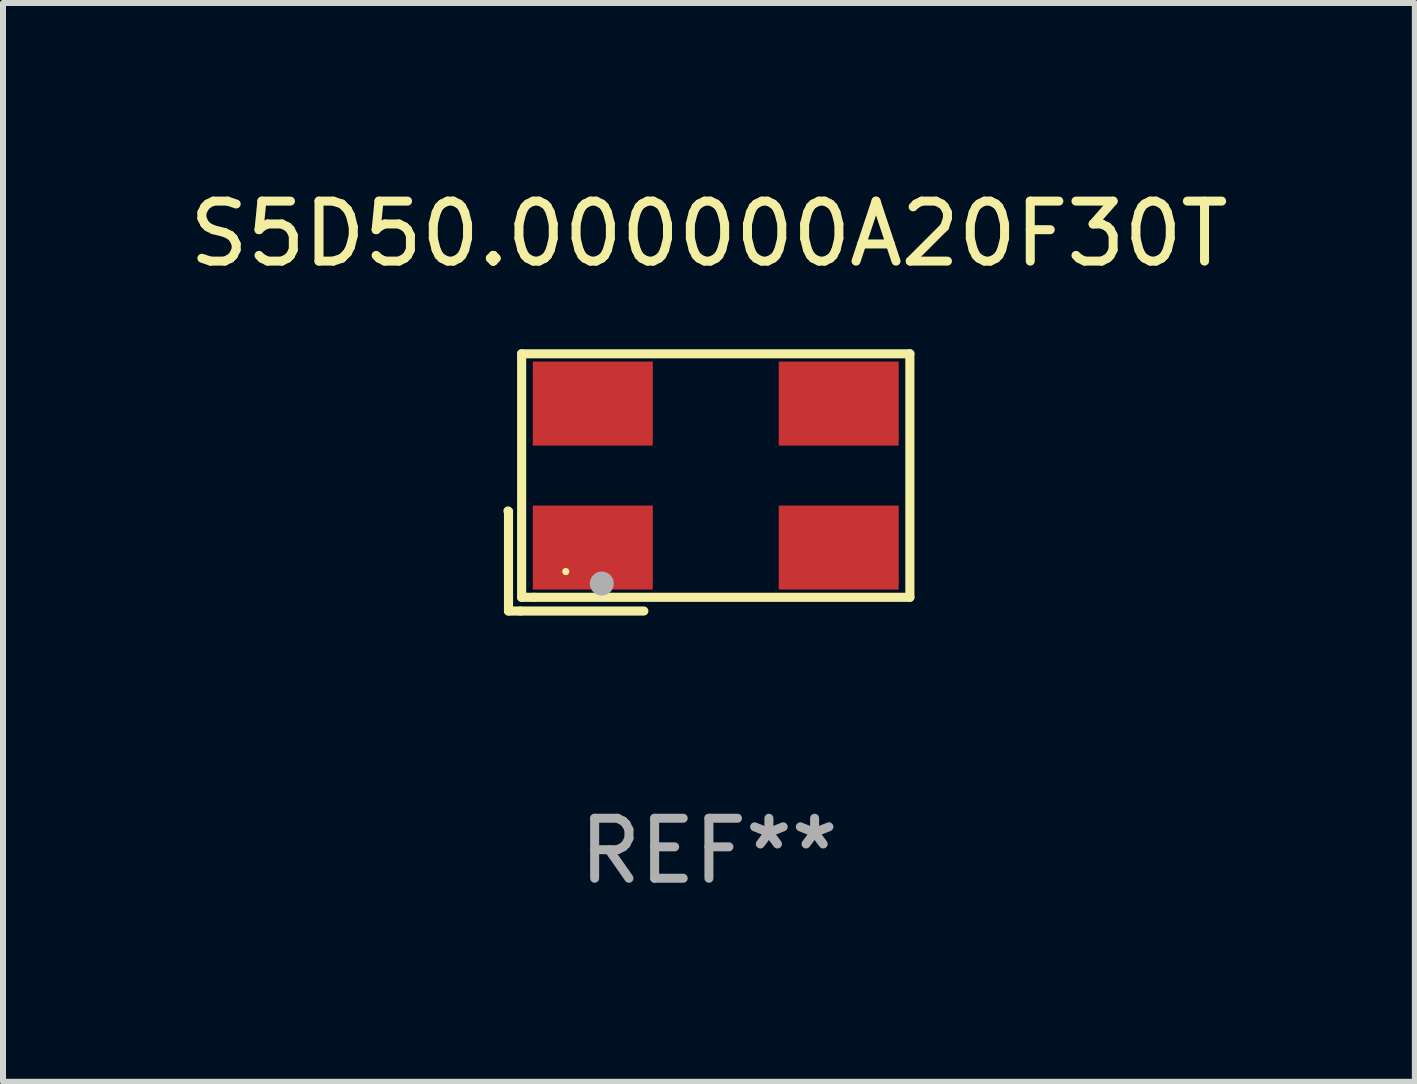
<source format=kicad_pcb>
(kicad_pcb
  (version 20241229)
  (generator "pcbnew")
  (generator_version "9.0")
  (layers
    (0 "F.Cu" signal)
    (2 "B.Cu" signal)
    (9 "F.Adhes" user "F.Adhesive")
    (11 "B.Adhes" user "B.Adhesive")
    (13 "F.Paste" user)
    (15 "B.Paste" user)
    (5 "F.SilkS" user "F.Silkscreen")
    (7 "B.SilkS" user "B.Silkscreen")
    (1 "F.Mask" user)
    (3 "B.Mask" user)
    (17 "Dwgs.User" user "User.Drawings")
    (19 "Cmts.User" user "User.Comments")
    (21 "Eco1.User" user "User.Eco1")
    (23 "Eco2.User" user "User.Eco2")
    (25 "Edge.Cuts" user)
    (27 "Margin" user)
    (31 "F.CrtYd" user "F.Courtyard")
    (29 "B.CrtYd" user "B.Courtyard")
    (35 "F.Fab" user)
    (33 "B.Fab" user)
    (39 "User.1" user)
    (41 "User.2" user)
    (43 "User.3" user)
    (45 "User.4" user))
  (footprint "S5D50.000000A20F30T"
    (layer "F.Cu")
    (at 8.768 4.992)
    (property "Reference" "S5D50.000000A20F30T" (at 0 -4.144 0) (layer "F.SilkS") (effects (font (size 1 1) (thickness 0.15))))
    (attr through_hole)
    (fp_line (start -3.35 0.476) (end -3.341 0.485) (stroke (width 0.152) (type solid)) (layer "F.SilkS"))
    (fp_line (start -3.341 0.485) (end -3.341 2.144) (stroke (width 0.152) (type solid)) (layer "F.SilkS"))
    (fp_line (start -3.341 2.144) (end -3.143 2.144) (stroke (width 0.152) (type solid)) (layer "F.SilkS"))
    (fp_line (start -3.143 2.144) (end -1.085 2.144) (stroke (width 0.152) (type solid)) (layer "F.SilkS"))
    (fp_line (start -3.122 -2.144) (end 3.35 -2.144) (stroke (width 0.152) (type solid)) (layer "F.SilkS"))
    (fp_line (start -3.122 1.915) (end -3.122 -2.144) (stroke (width 0.152) (type solid)) (layer "F.SilkS"))
    (fp_line (start -2.914 1.915) (end -3.122 1.915) (stroke (width 0.152) (type solid)) (layer "F.SilkS"))
    (fp_line (start 3.35 -2.144) (end 3.35 1.915) (stroke (width 0.152) (type solid)) (layer "F.SilkS"))
    (fp_line (start 3.35 1.915) (end -2.914 1.915) (stroke (width 0.152) (type solid)) (layer "F.SilkS"))
    (fp_circle (center -2.386 1.486) (end -2.356 1.486) (stroke (width 0.06) (type solid)) (fill no) (layer "F.SilkS"))
    (fp_circle (center -1.786 1.686) (end -1.686 1.686) (stroke (width 0.2) (type solid)) (fill no) (layer "F.Fab"))
    (fp_text user "REF**" (at 0 6.144 0) (layer "F.Fab") (effects (font (size 1 1) (thickness 0.15))))
    (pad "1" smd rect (at -1.936 1.086) (size 2 1.4) (layers "F.Cu" "F.Mask" "F.Paste"))
    (pad "2" smd rect (at 2.164 1.086) (size 2 1.4) (layers "F.Cu" "F.Mask" "F.Paste"))
    (pad "3" smd rect (at 2.164 -1.314) (size 2 1.4) (layers "F.Cu" "F.Mask" "F.Paste"))
    (pad "4" smd rect (at -1.936 -1.314) (size 2 1.4) (layers "F.Cu" "F.Mask" "F.Paste")))
  (gr_rect
    (start -3 -3)
    (end 20.536 14.984)
    (stroke (width 0.1) (type default))
    (fill no)
    (layer "Edge.Cuts")))
</source>
